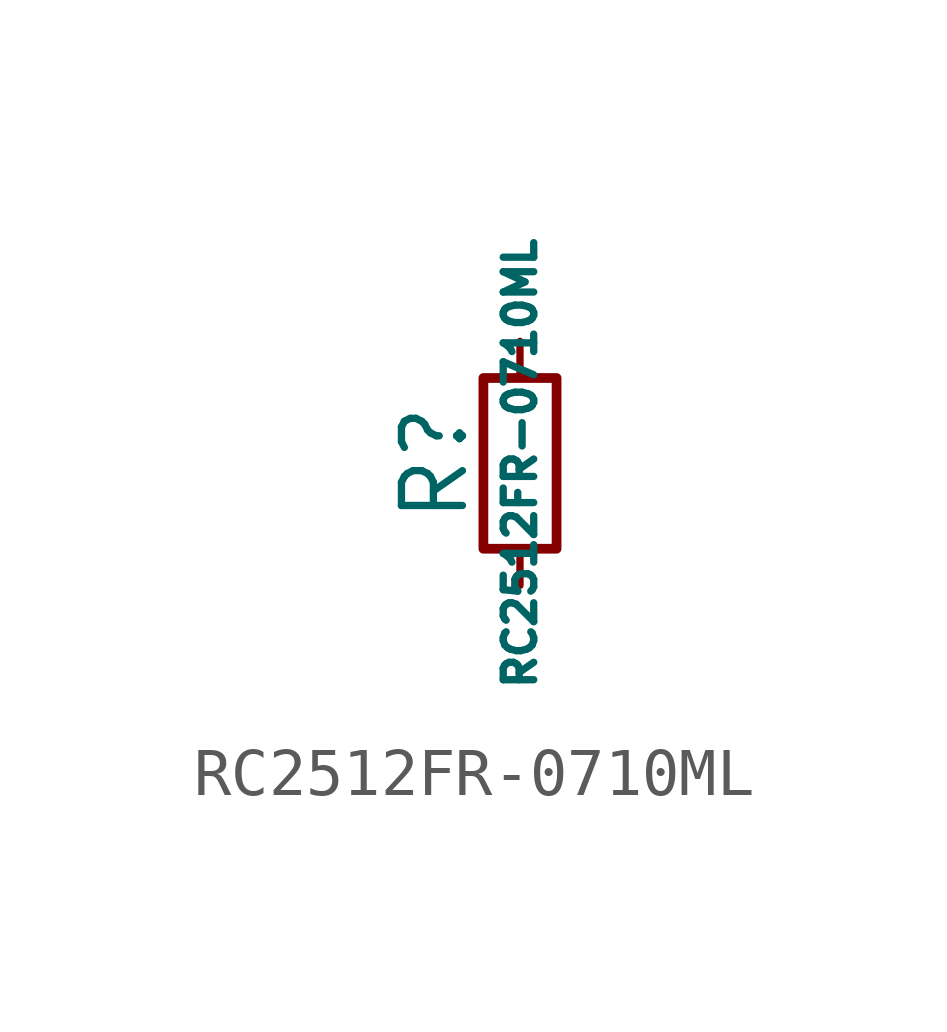
<source format=kicad_sym>
(kicad_symbol_lib
  (version 20220914)
  (generator kicad_symbol_editor)
  (symbol "RC2512FR-0710ML"
    (pin_numbers hide)
    (pin_names
      (offset 0.254) hide)
    (property "Reference" "R"
      (at -1.778 0 90)
      (effects (font (size 1.27 1.27))))
    (property "Value" "RC2512FR-0710ML"
      (at 0 0 90)
      (effects (font (size 0.635 0.635))))
    (symbol "RC2512FR-0710ML_0_1"
      (rectangle (start -0.762 1.778) (end 0.762 -1.778) (stroke (width 0.203) (type default)) (fill (type none))))
    (symbol "RC2512FR-0710ML_1_1"
      (pin passive line (at 0 2.54 270) (length 0.762) (name "~" (effects (font (size 1.27 1.27)))) (number "1" (effects (font (size 1.27 1.27)))))
      (pin passive line (at 0 -2.54 90) (length 0.762) (name "~" (effects (font (size 1.27 1.27)))) (number "2" (effects (font (size 1.27 1.27))))))))
</source>
